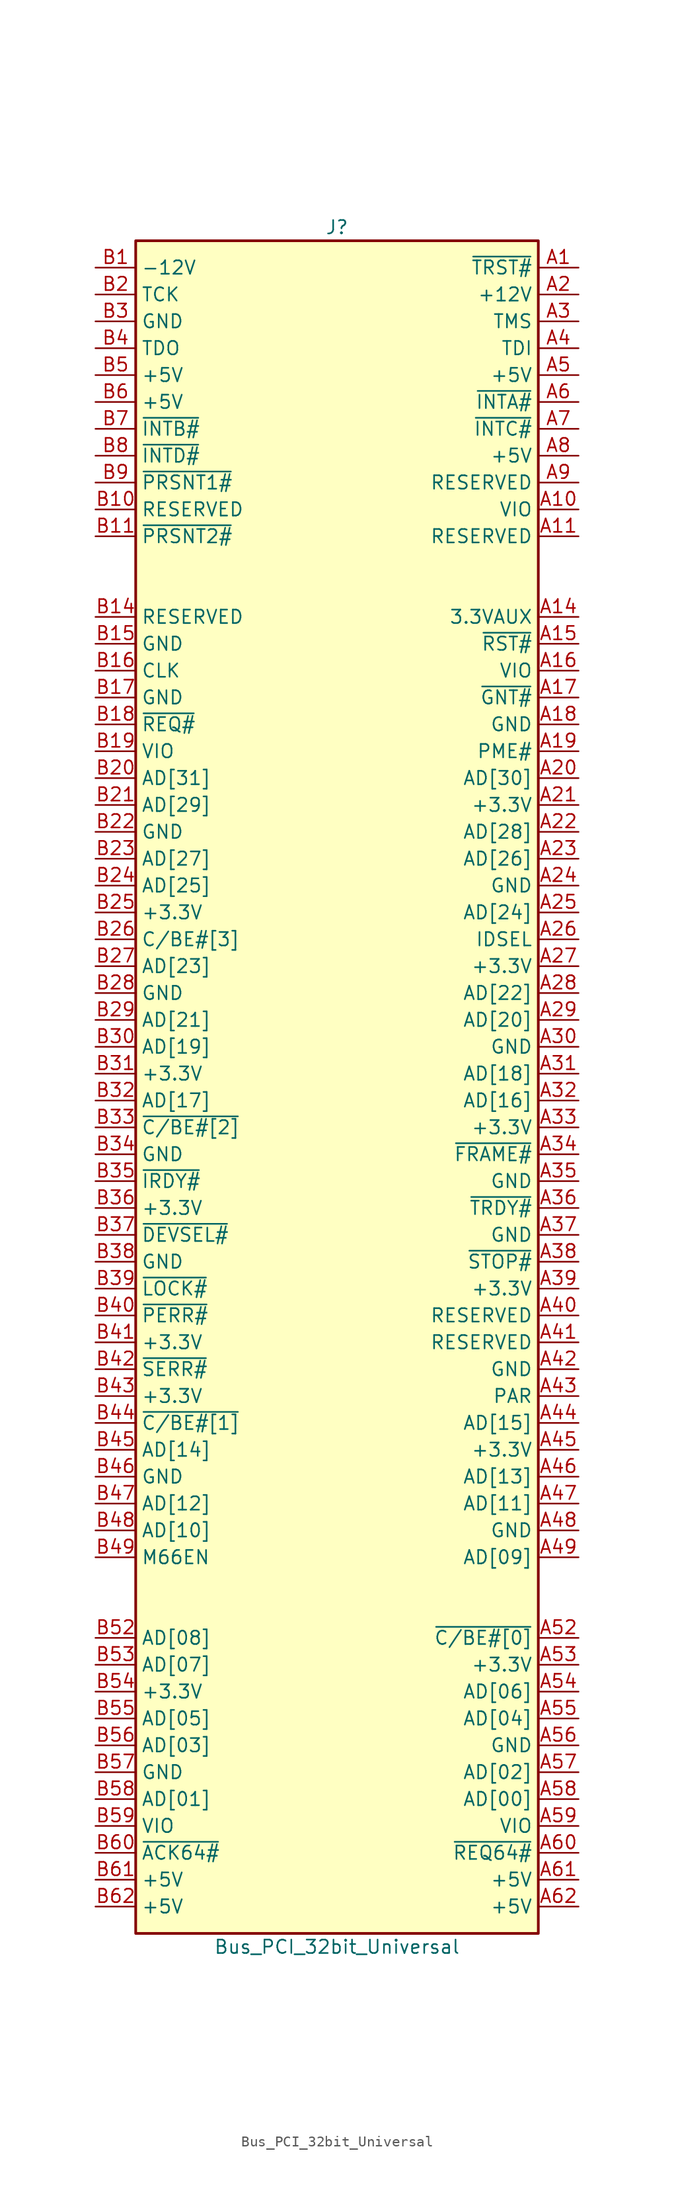
<source format=kicad_sym>
(kicad_symbol_lib
  (version 20201005)
  (generator kicad_symbol_editor)
  (symbol "Bus_PCI_32bit_Universal"
    (property "Reference" "J"
      (at 0 80.01 0)
      (effects (font (size 1.27 1.27))))
    (property "Value" "Bus_PCI_32bit_Universal"
      (at 0 -82.55 0)
      (effects (font (size 1.27 1.27))))
    (symbol "Bus_PCI_32bit_Universal_0_1"
      (rectangle (start -19.05 78.74) (end 19.05 -81.28) (stroke (width 0.254)) (fill (type background))))
    (symbol "Bus_PCI_32bit_Universal_1_1"
      (pin output line (at 22.86 76.2 180) (length 3.81) (name "~TRST#" (effects (font (size 1.27 1.27)))) (number "A1" (effects (font (size 1.27 1.27)))))
      (pin power_in line (at 22.86 53.34 180) (length 3.81) (name "VIO" (effects (font (size 1.27 1.27)))) (number "A10" (effects (font (size 1.27 1.27)))))
      (pin passive line (at 22.86 50.8 180) (length 3.81) (name "RESERVED" (effects (font (size 1.27 1.27)))) (number "A11" (effects (font (size 1.27 1.27)))))
      (pin passive line (at 22.86 43.18 180) (length 3.81) (name "3.3VAUX" (effects (font (size 1.27 1.27)))) (number "A14" (effects (font (size 1.27 1.27)))))
      (pin output line (at 22.86 40.64 180) (length 3.81) (name "~RST#" (effects (font (size 1.27 1.27)))) (number "A15" (effects (font (size 1.27 1.27)))))
      (pin power_in line (at 22.86 38.1 180) (length 3.81) (name "VIO" (effects (font (size 1.27 1.27)))) (number "A16" (effects (font (size 1.27 1.27)))))
      (pin bidirectional line (at 22.86 35.56 180) (length 3.81) (name "~GNT#" (effects (font (size 1.27 1.27)))) (number "A17" (effects (font (size 1.27 1.27)))))
      (pin power_in line (at 22.86 33.02 180) (length 3.81) (name "GND" (effects (font (size 1.27 1.27)))) (number "A18" (effects (font (size 1.27 1.27)))))
      (pin passive line (at 22.86 30.48 180) (length 3.81) (name "PME#" (effects (font (size 1.27 1.27)))) (number "A19" (effects (font (size 1.27 1.27)))))
      (pin power_in line (at 22.86 73.66 180) (length 3.81) (name "+12V" (effects (font (size 1.27 1.27)))) (number "A2" (effects (font (size 1.27 1.27)))))
      (pin bidirectional line (at 22.86 27.94 180) (length 3.81) (name "AD[30]" (effects (font (size 1.27 1.27)))) (number "A20" (effects (font (size 1.27 1.27)))))
      (pin power_in line (at 22.86 25.4 180) (length 3.81) (name "+3.3V" (effects (font (size 1.27 1.27)))) (number "A21" (effects (font (size 1.27 1.27)))))
      (pin bidirectional line (at 22.86 22.86 180) (length 3.81) (name "AD[28]" (effects (font (size 1.27 1.27)))) (number "A22" (effects (font (size 1.27 1.27)))))
      (pin bidirectional line (at 22.86 20.32 180) (length 3.81) (name "AD[26]" (effects (font (size 1.27 1.27)))) (number "A23" (effects (font (size 1.27 1.27)))))
      (pin power_in line (at 22.86 17.78 180) (length 3.81) (name "GND" (effects (font (size 1.27 1.27)))) (number "A24" (effects (font (size 1.27 1.27)))))
      (pin bidirectional line (at 22.86 15.24 180) (length 3.81) (name "AD[24]" (effects (font (size 1.27 1.27)))) (number "A25" (effects (font (size 1.27 1.27)))))
      (pin output line (at 22.86 12.7 180) (length 3.81) (name "IDSEL" (effects (font (size 1.27 1.27)))) (number "A26" (effects (font (size 1.27 1.27)))))
      (pin power_in line (at 22.86 10.16 180) (length 3.81) (name "+3.3V" (effects (font (size 1.27 1.27)))) (number "A27" (effects (font (size 1.27 1.27)))))
      (pin bidirectional line (at 22.86 7.62 180) (length 3.81) (name "AD[22]" (effects (font (size 1.27 1.27)))) (number "A28" (effects (font (size 1.27 1.27)))))
      (pin bidirectional line (at 22.86 5.08 180) (length 3.81) (name "AD[20]" (effects (font (size 1.27 1.27)))) (number "A29" (effects (font (size 1.27 1.27)))))
      (pin output line (at 22.86 71.12 180) (length 3.81) (name "TMS" (effects (font (size 1.27 1.27)))) (number "A3" (effects (font (size 1.27 1.27)))))
      (pin power_in line (at 22.86 2.54 180) (length 3.81) (name "GND" (effects (font (size 1.27 1.27)))) (number "A30" (effects (font (size 1.27 1.27)))))
      (pin bidirectional line (at 22.86 0 180) (length 3.81) (name "AD[18]" (effects (font (size 1.27 1.27)))) (number "A31" (effects (font (size 1.27 1.27)))))
      (pin bidirectional line (at 22.86 -2.54 180) (length 3.81) (name "AD[16]" (effects (font (size 1.27 1.27)))) (number "A32" (effects (font (size 1.27 1.27)))))
      (pin power_in line (at 22.86 -5.08 180) (length 3.81) (name "+3.3V" (effects (font (size 1.27 1.27)))) (number "A33" (effects (font (size 1.27 1.27)))))
      (pin bidirectional line (at 22.86 -7.62 180) (length 3.81) (name "~FRAME#" (effects (font (size 1.27 1.27)))) (number "A34" (effects (font (size 1.27 1.27)))))
      (pin power_in line (at 22.86 -10.16 180) (length 3.81) (name "GND" (effects (font (size 1.27 1.27)))) (number "A35" (effects (font (size 1.27 1.27)))))
      (pin bidirectional line (at 22.86 -12.7 180) (length 3.81) (name "~TRDY#" (effects (font (size 1.27 1.27)))) (number "A36" (effects (font (size 1.27 1.27)))))
      (pin power_in line (at 22.86 -15.24 180) (length 3.81) (name "GND" (effects (font (size 1.27 1.27)))) (number "A37" (effects (font (size 1.27 1.27)))))
      (pin bidirectional line (at 22.86 -17.78 180) (length 3.81) (name "~STOP#" (effects (font (size 1.27 1.27)))) (number "A38" (effects (font (size 1.27 1.27)))))
      (pin power_in line (at 22.86 -20.32 180) (length 3.81) (name "+3.3V" (effects (font (size 1.27 1.27)))) (number "A39" (effects (font (size 1.27 1.27)))))
      (pin output line (at 22.86 68.58 180) (length 3.81) (name "TDI" (effects (font (size 1.27 1.27)))) (number "A4" (effects (font (size 1.27 1.27)))))
      (pin bidirectional line (at 22.86 -22.86 180) (length 3.81) (name "RESERVED" (effects (font (size 1.27 1.27)))) (number "A40" (effects (font (size 1.27 1.27)))))
      (pin bidirectional line (at 22.86 -25.4 180) (length 3.81) (name "RESERVED" (effects (font (size 1.27 1.27)))) (number "A41" (effects (font (size 1.27 1.27)))))
      (pin power_in line (at 22.86 -27.94 180) (length 3.81) (name "GND" (effects (font (size 1.27 1.27)))) (number "A42" (effects (font (size 1.27 1.27)))))
      (pin bidirectional line (at 22.86 -30.48 180) (length 3.81) (name "PAR" (effects (font (size 1.27 1.27)))) (number "A43" (effects (font (size 1.27 1.27)))))
      (pin bidirectional line (at 22.86 -33.02 180) (length 3.81) (name "AD[15]" (effects (font (size 1.27 1.27)))) (number "A44" (effects (font (size 1.27 1.27)))))
      (pin power_in line (at 22.86 -35.56 180) (length 3.81) (name "+3.3V" (effects (font (size 1.27 1.27)))) (number "A45" (effects (font (size 1.27 1.27)))))
      (pin bidirectional line (at 22.86 -38.1 180) (length 3.81) (name "AD[13]" (effects (font (size 1.27 1.27)))) (number "A46" (effects (font (size 1.27 1.27)))))
      (pin bidirectional line (at 22.86 -40.64 180) (length 3.81) (name "AD[11]" (effects (font (size 1.27 1.27)))) (number "A47" (effects (font (size 1.27 1.27)))))
      (pin power_in line (at 22.86 -43.18 180) (length 3.81) (name "GND" (effects (font (size 1.27 1.27)))) (number "A48" (effects (font (size 1.27 1.27)))))
      (pin bidirectional line (at 22.86 -45.72 180) (length 3.81) (name "AD[09]" (effects (font (size 1.27 1.27)))) (number "A49" (effects (font (size 1.27 1.27)))))
      (pin power_in line (at 22.86 66.04 180) (length 3.81) (name "+5V" (effects (font (size 1.27 1.27)))) (number "A5" (effects (font (size 1.27 1.27)))))
      (pin bidirectional line (at 22.86 -53.34 180) (length 3.81) (name "~C/BE#[0]" (effects (font (size 1.27 1.27)))) (number "A52" (effects (font (size 1.27 1.27)))))
      (pin power_in line (at 22.86 -55.88 180) (length 3.81) (name "+3.3V" (effects (font (size 1.27 1.27)))) (number "A53" (effects (font (size 1.27 1.27)))))
      (pin bidirectional line (at 22.86 -58.42 180) (length 3.81) (name "AD[06]" (effects (font (size 1.27 1.27)))) (number "A54" (effects (font (size 1.27 1.27)))))
      (pin bidirectional line (at 22.86 -60.96 180) (length 3.81) (name "AD[04]" (effects (font (size 1.27 1.27)))) (number "A55" (effects (font (size 1.27 1.27)))))
      (pin power_in line (at 22.86 -63.5 180) (length 3.81) (name "GND" (effects (font (size 1.27 1.27)))) (number "A56" (effects (font (size 1.27 1.27)))))
      (pin bidirectional line (at 22.86 -66.04 180) (length 3.81) (name "AD[02]" (effects (font (size 1.27 1.27)))) (number "A57" (effects (font (size 1.27 1.27)))))
      (pin bidirectional line (at 22.86 -68.58 180) (length 3.81) (name "AD[00]" (effects (font (size 1.27 1.27)))) (number "A58" (effects (font (size 1.27 1.27)))))
      (pin power_in line (at 22.86 -71.12 180) (length 3.81) (name "VIO" (effects (font (size 1.27 1.27)))) (number "A59" (effects (font (size 1.27 1.27)))))
      (pin input line (at 22.86 63.5 180) (length 3.81) (name "~INTA#" (effects (font (size 1.27 1.27)))) (number "A6" (effects (font (size 1.27 1.27)))))
      (pin bidirectional line (at 22.86 -73.66 180) (length 3.81) (name "~REQ64#" (effects (font (size 1.27 1.27)))) (number "A60" (effects (font (size 1.27 1.27)))))
      (pin power_in line (at 22.86 -76.2 180) (length 3.81) (name "+5V" (effects (font (size 1.27 1.27)))) (number "A61" (effects (font (size 1.27 1.27)))))
      (pin power_in line (at 22.86 -78.74 180) (length 3.81) (name "+5V" (effects (font (size 1.27 1.27)))) (number "A62" (effects (font (size 1.27 1.27)))))
      (pin input line (at 22.86 60.96 180) (length 3.81) (name "~INTC#" (effects (font (size 1.27 1.27)))) (number "A7" (effects (font (size 1.27 1.27)))))
      (pin power_in line (at 22.86 58.42 180) (length 3.81) (name "+5V" (effects (font (size 1.27 1.27)))) (number "A8" (effects (font (size 1.27 1.27)))))
      (pin passive line (at 22.86 55.88 180) (length 3.81) (name "RESERVED" (effects (font (size 1.27 1.27)))) (number "A9" (effects (font (size 1.27 1.27)))))
      (pin power_in line (at -22.86 76.2 0) (length 3.81) (name "-12V" (effects (font (size 1.27 1.27)))) (number "B1" (effects (font (size 1.27 1.27)))))
      (pin passive line (at -22.86 53.34 0) (length 3.81) (name "RESERVED" (effects (font (size 1.27 1.27)))) (number "B10" (effects (font (size 1.27 1.27)))))
      (pin input line (at -22.86 50.8 0) (length 3.81) (name "~PRSNT2#" (effects (font (size 1.27 1.27)))) (number "B11" (effects (font (size 1.27 1.27)))))
      (pin passive line (at -22.86 43.18 0) (length 3.81) (name "RESERVED" (effects (font (size 1.27 1.27)))) (number "B14" (effects (font (size 1.27 1.27)))))
      (pin power_in line (at -22.86 40.64 0) (length 3.81) (name "GND" (effects (font (size 1.27 1.27)))) (number "B15" (effects (font (size 1.27 1.27)))))
      (pin output line (at -22.86 38.1 0) (length 3.81) (name "CLK" (effects (font (size 1.27 1.27)))) (number "B16" (effects (font (size 1.27 1.27)))))
      (pin power_in line (at -22.86 35.56 0) (length 3.81) (name "GND" (effects (font (size 1.27 1.27)))) (number "B17" (effects (font (size 1.27 1.27)))))
      (pin bidirectional line (at -22.86 33.02 0) (length 3.81) (name "~REQ#" (effects (font (size 1.27 1.27)))) (number "B18" (effects (font (size 1.27 1.27)))))
      (pin power_in line (at -22.86 30.48 0) (length 3.81) (name "VIO" (effects (font (size 1.27 1.27)))) (number "B19" (effects (font (size 1.27 1.27)))))
      (pin output line (at -22.86 73.66 0) (length 3.81) (name "TCK" (effects (font (size 1.27 1.27)))) (number "B2" (effects (font (size 1.27 1.27)))))
      (pin bidirectional line (at -22.86 27.94 0) (length 3.81) (name "AD[31]" (effects (font (size 1.27 1.27)))) (number "B20" (effects (font (size 1.27 1.27)))))
      (pin bidirectional line (at -22.86 25.4 0) (length 3.81) (name "AD[29]" (effects (font (size 1.27 1.27)))) (number "B21" (effects (font (size 1.27 1.27)))))
      (pin power_in line (at -22.86 22.86 0) (length 3.81) (name "GND" (effects (font (size 1.27 1.27)))) (number "B22" (effects (font (size 1.27 1.27)))))
      (pin bidirectional line (at -22.86 20.32 0) (length 3.81) (name "AD[27]" (effects (font (size 1.27 1.27)))) (number "B23" (effects (font (size 1.27 1.27)))))
      (pin bidirectional line (at -22.86 17.78 0) (length 3.81) (name "AD[25]" (effects (font (size 1.27 1.27)))) (number "B24" (effects (font (size 1.27 1.27)))))
      (pin power_in line (at -22.86 15.24 0) (length 3.81) (name "+3.3V" (effects (font (size 1.27 1.27)))) (number "B25" (effects (font (size 1.27 1.27)))))
      (pin bidirectional line (at -22.86 12.7 0) (length 3.81) (name "C/BE#[3]" (effects (font (size 1.27 1.27)))) (number "B26" (effects (font (size 1.27 1.27)))))
      (pin bidirectional line (at -22.86 10.16 0) (length 3.81) (name "AD[23]" (effects (font (size 1.27 1.27)))) (number "B27" (effects (font (size 1.27 1.27)))))
      (pin power_in line (at -22.86 7.62 0) (length 3.81) (name "GND" (effects (font (size 1.27 1.27)))) (number "B28" (effects (font (size 1.27 1.27)))))
      (pin bidirectional line (at -22.86 5.08 0) (length 3.81) (name "AD[21]" (effects (font (size 1.27 1.27)))) (number "B29" (effects (font (size 1.27 1.27)))))
      (pin power_in line (at -22.86 71.12 0) (length 3.81) (name "GND" (effects (font (size 1.27 1.27)))) (number "B3" (effects (font (size 1.27 1.27)))))
      (pin bidirectional line (at -22.86 2.54 0) (length 3.81) (name "AD[19]" (effects (font (size 1.27 1.27)))) (number "B30" (effects (font (size 1.27 1.27)))))
      (pin power_in line (at -22.86 0 0) (length 3.81) (name "+3.3V" (effects (font (size 1.27 1.27)))) (number "B31" (effects (font (size 1.27 1.27)))))
      (pin bidirectional line (at -22.86 -2.54 0) (length 3.81) (name "AD[17]" (effects (font (size 1.27 1.27)))) (number "B32" (effects (font (size 1.27 1.27)))))
      (pin bidirectional line (at -22.86 -5.08 0) (length 3.81) (name "~C/BE#[2]" (effects (font (size 1.27 1.27)))) (number "B33" (effects (font (size 1.27 1.27)))))
      (pin power_in line (at -22.86 -7.62 0) (length 3.81) (name "GND" (effects (font (size 1.27 1.27)))) (number "B34" (effects (font (size 1.27 1.27)))))
      (pin bidirectional line (at -22.86 -10.16 0) (length 3.81) (name "~IRDY#" (effects (font (size 1.27 1.27)))) (number "B35" (effects (font (size 1.27 1.27)))))
      (pin power_in line (at -22.86 -12.7 0) (length 3.81) (name "+3.3V" (effects (font (size 1.27 1.27)))) (number "B36" (effects (font (size 1.27 1.27)))))
      (pin bidirectional line (at -22.86 -15.24 0) (length 3.81) (name "~DEVSEL#" (effects (font (size 1.27 1.27)))) (number "B37" (effects (font (size 1.27 1.27)))))
      (pin power_in line (at -22.86 -17.78 0) (length 3.81) (name "GND" (effects (font (size 1.27 1.27)))) (number "B38" (effects (font (size 1.27 1.27)))))
      (pin bidirectional line (at -22.86 -20.32 0) (length 3.81) (name "~LOCK#" (effects (font (size 1.27 1.27)))) (number "B39" (effects (font (size 1.27 1.27)))))
      (pin input line (at -22.86 68.58 0) (length 3.81) (name "TDO" (effects (font (size 1.27 1.27)))) (number "B4" (effects (font (size 1.27 1.27)))))
      (pin bidirectional line (at -22.86 -22.86 0) (length 3.81) (name "~PERR#" (effects (font (size 1.27 1.27)))) (number "B40" (effects (font (size 1.27 1.27)))))
      (pin power_in line (at -22.86 -25.4 0) (length 3.81) (name "+3.3V" (effects (font (size 1.27 1.27)))) (number "B41" (effects (font (size 1.27 1.27)))))
      (pin input line (at -22.86 -27.94 0) (length 3.81) (name "~SERR#" (effects (font (size 1.27 1.27)))) (number "B42" (effects (font (size 1.27 1.27)))))
      (pin power_in line (at -22.86 -30.48 0) (length 3.81) (name "+3.3V" (effects (font (size 1.27 1.27)))) (number "B43" (effects (font (size 1.27 1.27)))))
      (pin bidirectional line (at -22.86 -33.02 0) (length 3.81) (name "~C/BE#[1]" (effects (font (size 1.27 1.27)))) (number "B44" (effects (font (size 1.27 1.27)))))
      (pin bidirectional line (at -22.86 -35.56 0) (length 3.81) (name "AD[14]" (effects (font (size 1.27 1.27)))) (number "B45" (effects (font (size 1.27 1.27)))))
      (pin power_in line (at -22.86 -38.1 0) (length 3.81) (name "GND" (effects (font (size 1.27 1.27)))) (number "B46" (effects (font (size 1.27 1.27)))))
      (pin bidirectional line (at -22.86 -40.64 0) (length 3.81) (name "AD[12]" (effects (font (size 1.27 1.27)))) (number "B47" (effects (font (size 1.27 1.27)))))
      (pin bidirectional line (at -22.86 -43.18 0) (length 3.81) (name "AD[10]" (effects (font (size 1.27 1.27)))) (number "B48" (effects (font (size 1.27 1.27)))))
      (pin power_in line (at -22.86 -45.72 0) (length 3.81) (name "M66EN" (effects (font (size 1.27 1.27)))) (number "B49" (effects (font (size 1.27 1.27)))))
      (pin power_in line (at -22.86 66.04 0) (length 3.81) (name "+5V" (effects (font (size 1.27 1.27)))) (number "B5" (effects (font (size 1.27 1.27)))))
      (pin bidirectional line (at -22.86 -53.34 0) (length 3.81) (name "AD[08]" (effects (font (size 1.27 1.27)))) (number "B52" (effects (font (size 1.27 1.27)))))
      (pin bidirectional line (at -22.86 -55.88 0) (length 3.81) (name "AD[07]" (effects (font (size 1.27 1.27)))) (number "B53" (effects (font (size 1.27 1.27)))))
      (pin input line (at -22.86 -58.42 0) (length 3.81) (name "+3.3V" (effects (font (size 1.27 1.27)))) (number "B54" (effects (font (size 1.27 1.27)))))
      (pin bidirectional line (at -22.86 -60.96 0) (length 3.81) (name "AD[05]" (effects (font (size 1.27 1.27)))) (number "B55" (effects (font (size 1.27 1.27)))))
      (pin bidirectional line (at -22.86 -63.5 0) (length 3.81) (name "AD[03]" (effects (font (size 1.27 1.27)))) (number "B56" (effects (font (size 1.27 1.27)))))
      (pin power_in line (at -22.86 -66.04 0) (length 3.81) (name "GND" (effects (font (size 1.27 1.27)))) (number "B57" (effects (font (size 1.27 1.27)))))
      (pin bidirectional line (at -22.86 -68.58 0) (length 3.81) (name "AD[01]" (effects (font (size 1.27 1.27)))) (number "B58" (effects (font (size 1.27 1.27)))))
      (pin power_in line (at -22.86 -71.12 0) (length 3.81) (name "VIO" (effects (font (size 1.27 1.27)))) (number "B59" (effects (font (size 1.27 1.27)))))
      (pin power_in line (at -22.86 63.5 0) (length 3.81) (name "+5V" (effects (font (size 1.27 1.27)))) (number "B6" (effects (font (size 1.27 1.27)))))
      (pin bidirectional line (at -22.86 -73.66 0) (length 3.81) (name "~ACK64#" (effects (font (size 1.27 1.27)))) (number "B60" (effects (font (size 1.27 1.27)))))
      (pin power_in line (at -22.86 -76.2 0) (length 3.81) (name "+5V" (effects (font (size 1.27 1.27)))) (number "B61" (effects (font (size 1.27 1.27)))))
      (pin power_in line (at -22.86 -78.74 0) (length 3.81) (name "+5V" (effects (font (size 1.27 1.27)))) (number "B62" (effects (font (size 1.27 1.27)))))
      (pin input line (at -22.86 60.96 0) (length 3.81) (name "~INTB#" (effects (font (size 1.27 1.27)))) (number "B7" (effects (font (size 1.27 1.27)))))
      (pin input line (at -22.86 58.42 0) (length 3.81) (name "~INTD#" (effects (font (size 1.27 1.27)))) (number "B8" (effects (font (size 1.27 1.27)))))
      (pin input line (at -22.86 55.88 0) (length 3.81) (name "~PRSNT1#" (effects (font (size 1.27 1.27)))) (number "B9" (effects (font (size 1.27 1.27))))))))
</source>
